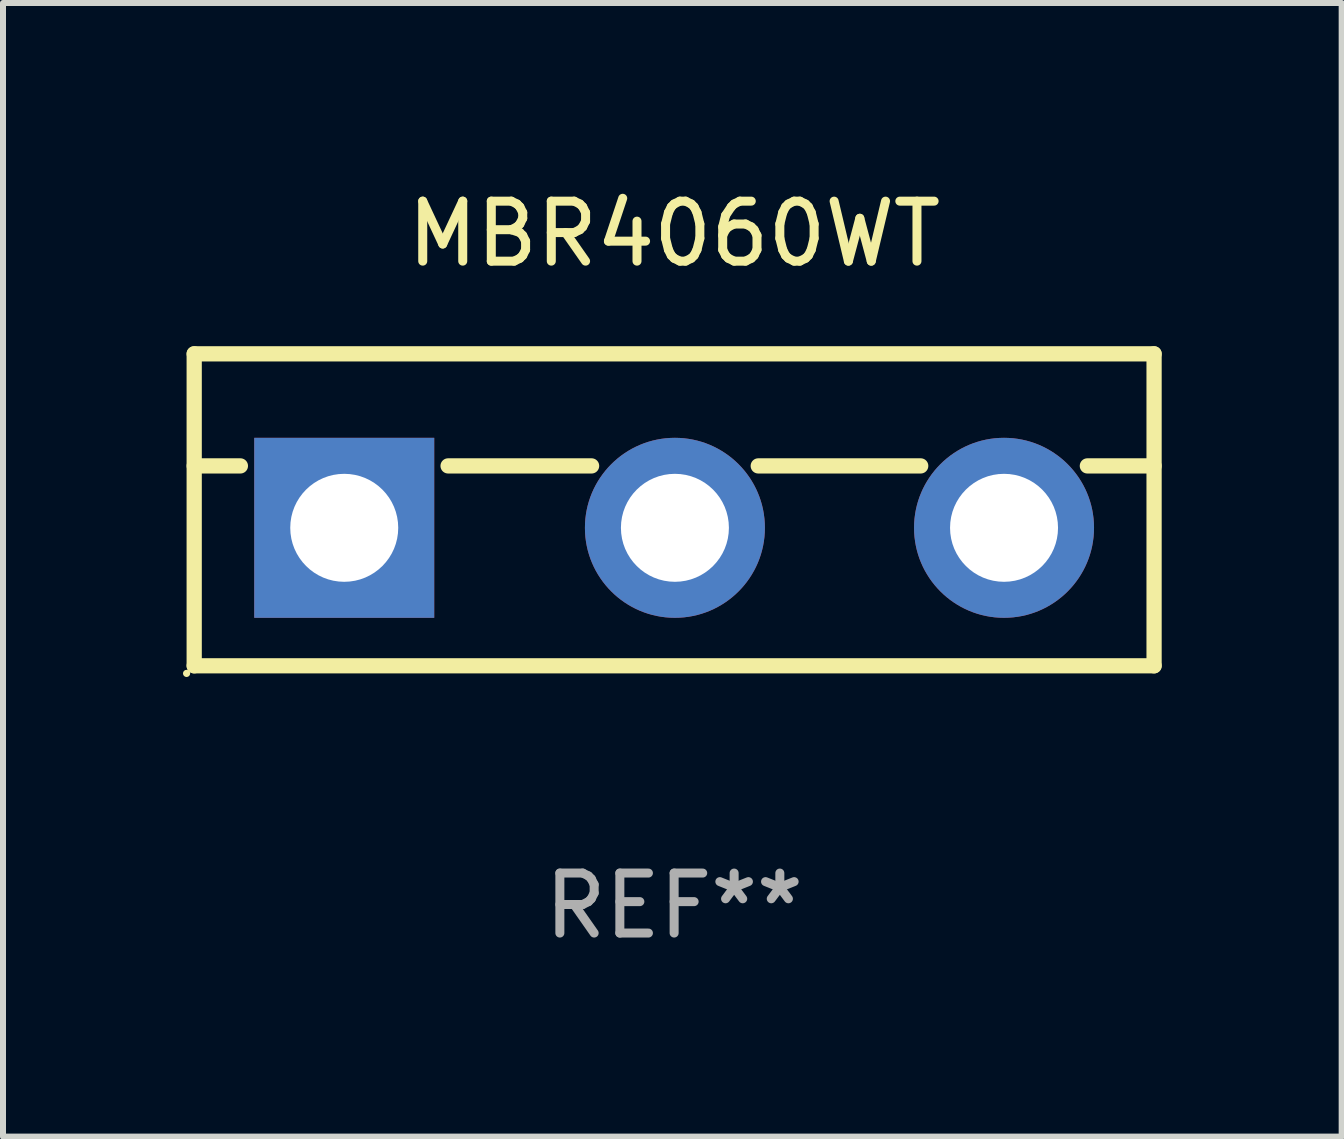
<source format=kicad_pcb>
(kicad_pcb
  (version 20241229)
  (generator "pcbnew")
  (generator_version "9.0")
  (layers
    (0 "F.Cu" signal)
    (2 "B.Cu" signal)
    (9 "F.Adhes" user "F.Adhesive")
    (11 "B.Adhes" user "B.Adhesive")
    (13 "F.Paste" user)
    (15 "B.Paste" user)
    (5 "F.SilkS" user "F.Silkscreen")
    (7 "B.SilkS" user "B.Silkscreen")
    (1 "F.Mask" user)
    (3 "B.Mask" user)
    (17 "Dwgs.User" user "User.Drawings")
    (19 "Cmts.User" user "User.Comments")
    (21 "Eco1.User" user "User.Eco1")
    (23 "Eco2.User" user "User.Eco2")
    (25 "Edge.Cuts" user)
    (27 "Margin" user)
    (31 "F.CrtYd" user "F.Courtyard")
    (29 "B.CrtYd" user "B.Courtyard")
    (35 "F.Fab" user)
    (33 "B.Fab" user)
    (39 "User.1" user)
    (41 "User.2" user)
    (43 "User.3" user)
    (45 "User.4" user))
  (footprint "MBR4060WT"
    (layer "F.Cu")
    (at 8.187 5.448)
    (property "Reference" "MBR4060WT" (at 0 -4.6 0) (layer "F.SilkS") (effects (font (size 1 1) (thickness 0.15))))
    (attr through_hole)
    (fp_line (start -8 -2.6) (end -8 2.6) (stroke (width 0.254) (type solid)) (layer "F.SilkS"))
    (fp_line (start -8 -2.6) (end 8 -2.6) (stroke (width 0.254) (type solid)) (layer "F.SilkS"))
    (fp_line (start -8 -0.732) (end -7.23 -0.732) (stroke (width 0.254) (type solid)) (layer "F.SilkS"))
    (fp_line (start -8 2.6) (end 8 2.6) (stroke (width 0.254) (type solid)) (layer "F.SilkS"))
    (fp_line (start -3.768 -0.732) (end -1.376 -0.732) (stroke (width 0.254) (type solid)) (layer "F.SilkS"))
    (fp_line (start 1.402 -0.732) (end 4.11 -0.732) (stroke (width 0.254) (type solid)) (layer "F.SilkS"))
    (fp_line (start 6.888 -0.732) (end 8 -0.732) (stroke (width 0.254) (type solid)) (layer "F.SilkS"))
    (fp_line (start 8 -2.6) (end 8 2.6) (stroke (width 0.254) (type solid)) (layer "F.SilkS"))
    (fp_circle (center -8.127 2.727) (end -8.097 2.727) (stroke (width 0.06) (type solid)) (fill no) (layer "F.SilkS"))
    (fp_text user "REF**" (at 0 6.6 0) (layer "F.Fab") (effects (font (size 1 1) (thickness 0.15))))
    (pad "1" thru_hole rect (at -5.499 0.3) (size 3 3) (drill 1.8) (layers "*.Cu" "*.Mask"))
    (pad "2" thru_hole circle (at 0.013 0.3) (size 3 3) (drill 1.8) (layers "*.Cu" "*.Mask"))
    (pad "3" thru_hole circle (at 5.499 0.3) (size 3 3) (drill 1.8) (layers "*.Cu" "*.Mask")))
  (gr_rect
    (start -3 -3)
    (end 19.314 15.896)
    (stroke (width 0.1) (type default))
    (fill no)
    (layer "Edge.Cuts")))
</source>
